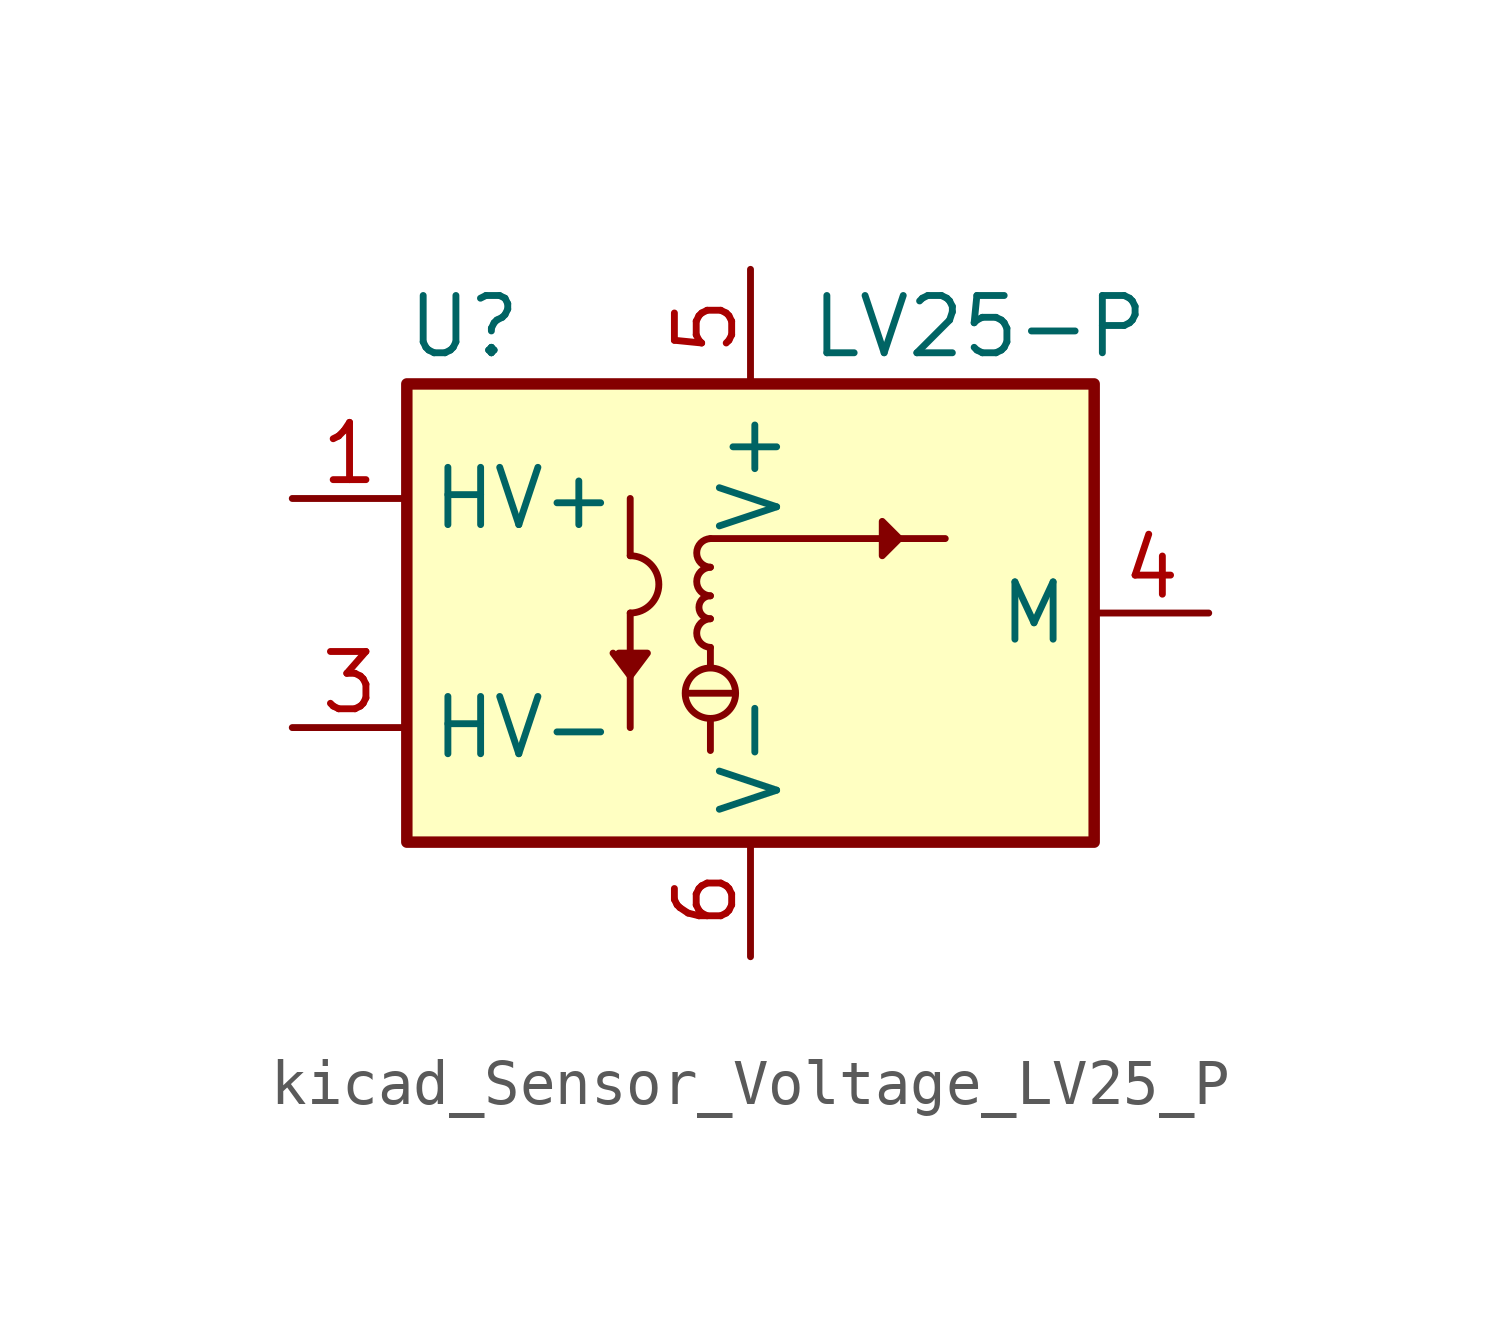
<source format=kicad_sym>
(kicad_symbol_lib
  (version 20220914)
  (generator kicad_symbol_editor)
  (symbol "kicad_Sensor_Voltage_LV25_P"
    (property "Reference" "U"
      (at -6.35 6.35 0)
      (effects (font (size 1.27 1.27))))
    (property "Value" "LV25-P"
      (at 5.08 6.35 0)
      (effects (font (size 1.27 1.27))))
    (symbol "kicad_Sensor_Voltage_LV25_P_0_1"
      (arc (start -2.667 0) (mid -2.0347 0.635) (end -2.667 1.27) (stroke (width 0) (type default)) (fill (type none)))
      (circle (center -0.889 -1.778) (radius 0.559) (stroke (width 0) (type default)) (fill (type none)))
      (arc (start -0.889 -0.127) (mid -1.1938 -0.4318) (end -0.889 -0.762) (stroke (width 0) (type default)) (fill (type none)))
      (arc (start -0.889 0.381) (mid -1.1419 0.127) (end -0.889 -0.127) (stroke (width 0) (type default)) (fill (type none)))
      (arc (start -0.889 1.016) (mid -1.1938 0.7112) (end -0.889 0.381) (stroke (width 0) (type default)) (fill (type none)))
      (arc (start -0.889 1.651) (mid -1.1938 1.3462) (end -0.889 1.016) (stroke (width 0) (type default)) (fill (type none)))
      (polyline (pts (xy -2.667 0) (xy -2.667 -2.54)) (stroke (width 0) (type default)) (fill (type none)))
      (polyline (pts (xy -2.667 2.54) (xy -2.667 1.27)) (stroke (width 0) (type default)) (fill (type none)))
      (polyline (pts (xy -1.397 -1.778) (xy -0.381 -1.778)) (stroke (width 0) (type default)) (fill (type none)))
      (polyline (pts (xy -0.889 -2.413) (xy -0.889 -3.048)) (stroke (width 0) (type default)) (fill (type none)))
      (polyline (pts (xy -0.889 -1.143) (xy -0.889 -0.762)) (stroke (width 0) (type default)) (fill (type none)))
      (polyline (pts (xy -0.889 1.651) (xy 4.318 1.651)) (stroke (width 0) (type default)) (fill (type none)))
      (polyline (pts (xy -2.921 -0.889) (xy -2.286 -0.889) (xy -2.667 -1.397) (xy -3.048 -0.889)) (stroke (width 0) (type default)) (fill (type outline)))
      (polyline (pts (xy 3.302 1.651) (xy 2.921 2.032) (xy 2.921 1.27) (xy 3.302 1.651)) (stroke (width 0) (type default)) (fill (type outline)))
      (rectangle (start 7.62 -5.08) (end -7.62 5.08) (stroke (width 0.254) (type default)) (fill (type background))))
    (symbol "kicad_Sensor_Voltage_LV25_P_1_1"
      (pin input line (at -10.16 2.54 0) (length 2.54) (name "HV+" (effects (font (size 1.27 1.27)))) (number "1" (effects (font (size 1.27 1.27)))))
      (pin input line (at -10.16 -2.54 0) (length 2.54) (name "HV-" (effects (font (size 1.27 1.27)))) (number "3" (effects (font (size 1.27 1.27)))))
      (pin output line (at 10.16 0 180) (length 2.54) (name "M" (effects (font (size 1.27 1.27)))) (number "4" (effects (font (size 1.27 1.27)))))
      (pin power_in line (at 0 7.62 270) (length 2.54) (name "V+" (effects (font (size 1.27 1.27)))) (number "5" (effects (font (size 1.27 1.27)))))
      (pin power_in line (at 0 -7.62 90) (length 2.54) (name "V-" (effects (font (size 1.27 1.27)))) (number "6" (effects (font (size 1.27 1.27))))))))
</source>
